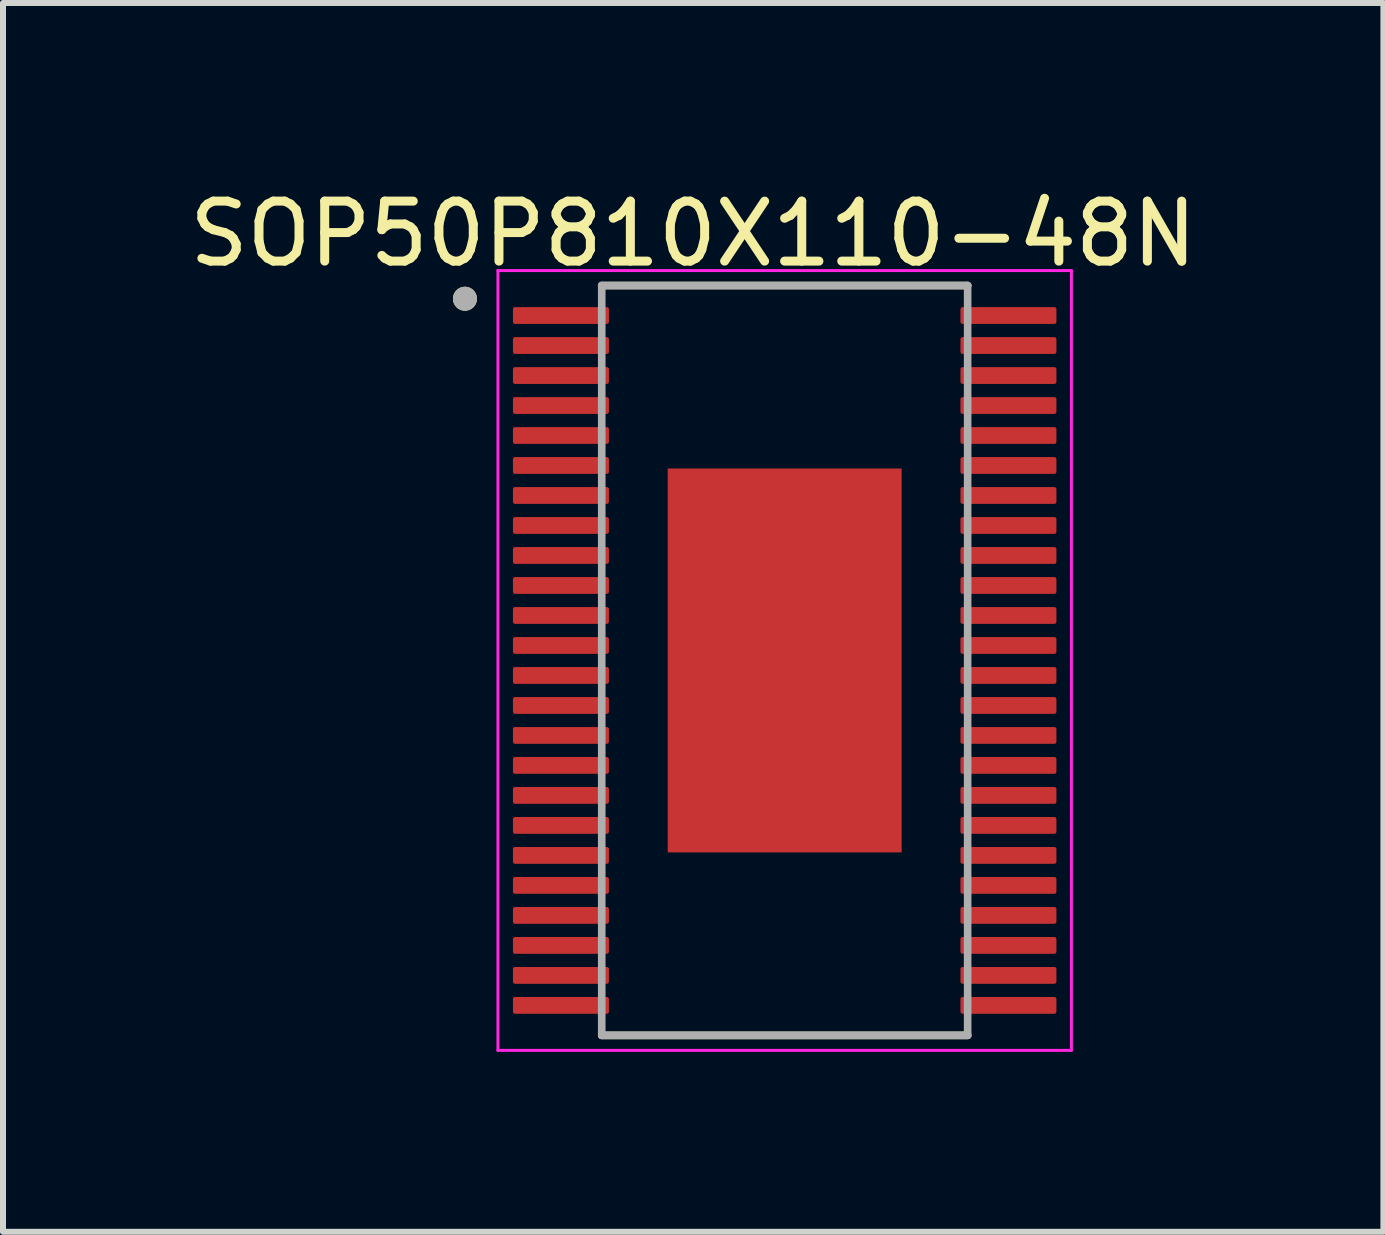
<source format=kicad_pcb>
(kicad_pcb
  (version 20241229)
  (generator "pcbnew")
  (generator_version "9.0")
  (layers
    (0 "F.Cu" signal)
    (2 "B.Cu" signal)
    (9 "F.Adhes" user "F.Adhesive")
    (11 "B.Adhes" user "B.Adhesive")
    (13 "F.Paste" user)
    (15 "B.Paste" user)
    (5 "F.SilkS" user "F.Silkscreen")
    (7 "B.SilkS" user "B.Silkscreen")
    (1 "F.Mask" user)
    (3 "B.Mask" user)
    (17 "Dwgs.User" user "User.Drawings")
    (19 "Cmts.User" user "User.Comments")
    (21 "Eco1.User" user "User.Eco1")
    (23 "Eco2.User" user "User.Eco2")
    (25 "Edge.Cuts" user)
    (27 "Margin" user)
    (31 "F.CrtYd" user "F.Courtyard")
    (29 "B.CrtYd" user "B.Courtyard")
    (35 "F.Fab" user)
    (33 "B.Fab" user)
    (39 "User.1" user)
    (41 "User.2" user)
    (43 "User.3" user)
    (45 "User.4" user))
  (footprint "SOP50P810X110-48N"
    (layer "F.Cu")
    (at 10.031 7.96)
    (property "Reference" "SOP50P810X110-48N" (at -1.525 -7.112 0) (layer "F.SilkS") (effects (font (size 1 1) (thickness 0.15))))
    (attr smd)
    (fp_line (start -3.05 -6.25) (end 3.05 -6.25) (stroke (width 0.127) (type solid)) (layer "F.SilkS"))
    (fp_line (start -3.05 6.25) (end 3.05 6.25) (stroke (width 0.127) (type solid)) (layer "F.SilkS"))
    (fp_circle (center -5.33 -6.03) (end -5.23 -6.03) (stroke (width 0.2) (type solid)) (fill no) (layer "F.SilkS"))
    (fp_poly (pts (xy -0.975 -1.6) (xy 0.975 -1.6) (xy 0.975 1.6) (xy -0.975 1.6)) (stroke (width 0.01) (type solid)) (fill yes) (layer "F.Paste"))
    (fp_line (start -4.78 -6.5) (end -4.78 6.5) (stroke (width 0.05) (type solid)) (layer "F.CrtYd"))
    (fp_line (start -4.78 -6.5) (end 4.78 -6.5) (stroke (width 0.05) (type solid)) (layer "F.CrtYd"))
    (fp_line (start -4.78 6.5) (end 4.78 6.5) (stroke (width 0.05) (type solid)) (layer "F.CrtYd"))
    (fp_line (start 4.78 -6.5) (end 4.78 6.5) (stroke (width 0.05) (type solid)) (layer "F.CrtYd"))
    (fp_line (start -3.05 -6.25) (end -3.05 6.25) (stroke (width 0.127) (type solid)) (layer "F.Fab"))
    (fp_line (start -3.05 -6.25) (end 3.05 -6.25) (stroke (width 0.127) (type solid)) (layer "F.Fab"))
    (fp_line (start -3.05 6.25) (end 3.05 6.25) (stroke (width 0.127) (type solid)) (layer "F.Fab"))
    (fp_line (start 3.05 -6.25) (end 3.05 6.25) (stroke (width 0.127) (type solid)) (layer "F.Fab"))
    (fp_circle (center -5.33 -6.03) (end -5.23 -6.03) (stroke (width 0.2) (type solid)) (fill no) (layer "F.Fab"))
    (pad "1" smd roundrect (at -3.73 -5.75) (size 1.6 0.28) (layers "F.Cu" "F.Mask" "F.Paste") (roundrect_rratio 0.125))
    (pad "2" smd roundrect (at -3.73 -5.25) (size 1.6 0.28) (layers "F.Cu" "F.Mask" "F.Paste") (roundrect_rratio 0.125))
    (pad "3" smd roundrect (at -3.73 -4.75) (size 1.6 0.28) (layers "F.Cu" "F.Mask" "F.Paste") (roundrect_rratio 0.125))
    (pad "4" smd roundrect (at -3.73 -4.25) (size 1.6 0.28) (layers "F.Cu" "F.Mask" "F.Paste") (roundrect_rratio 0.125))
    (pad "5" smd roundrect (at -3.73 -3.75) (size 1.6 0.28) (layers "F.Cu" "F.Mask" "F.Paste") (roundrect_rratio 0.125))
    (pad "6" smd roundrect (at -3.73 -3.25) (size 1.6 0.28) (layers "F.Cu" "F.Mask" "F.Paste") (roundrect_rratio 0.125))
    (pad "7" smd roundrect (at -3.73 -2.75) (size 1.6 0.28) (layers "F.Cu" "F.Mask" "F.Paste") (roundrect_rratio 0.125))
    (pad "8" smd roundrect (at -3.73 -2.25) (size 1.6 0.28) (layers "F.Cu" "F.Mask" "F.Paste") (roundrect_rratio 0.125))
    (pad "9" smd roundrect (at -3.73 -1.75) (size 1.6 0.28) (layers "F.Cu" "F.Mask" "F.Paste") (roundrect_rratio 0.125))
    (pad "10" smd roundrect (at -3.73 -1.25) (size 1.6 0.28) (layers "F.Cu" "F.Mask" "F.Paste") (roundrect_rratio 0.125))
    (pad "11" smd roundrect (at -3.73 -0.75) (size 1.6 0.28) (layers "F.Cu" "F.Mask" "F.Paste") (roundrect_rratio 0.125))
    (pad "12" smd roundrect (at -3.73 -0.25) (size 1.6 0.28) (layers "F.Cu" "F.Mask" "F.Paste") (roundrect_rratio 0.125))
    (pad "13" smd roundrect (at -3.73 0.25) (size 1.6 0.28) (layers "F.Cu" "F.Mask" "F.Paste") (roundrect_rratio 0.125))
    (pad "14" smd roundrect (at -3.73 0.75) (size 1.6 0.28) (layers "F.Cu" "F.Mask" "F.Paste") (roundrect_rratio 0.125))
    (pad "15" smd roundrect (at -3.73 1.25) (size 1.6 0.28) (layers "F.Cu" "F.Mask" "F.Paste") (roundrect_rratio 0.125))
    (pad "16" smd roundrect (at -3.73 1.75) (size 1.6 0.28) (layers "F.Cu" "F.Mask" "F.Paste") (roundrect_rratio 0.125))
    (pad "17" smd roundrect (at -3.73 2.25) (size 1.6 0.28) (layers "F.Cu" "F.Mask" "F.Paste") (roundrect_rratio 0.125))
    (pad "18" smd roundrect (at -3.73 2.75) (size 1.6 0.28) (layers "F.Cu" "F.Mask" "F.Paste") (roundrect_rratio 0.125))
    (pad "19" smd roundrect (at -3.73 3.25) (size 1.6 0.28) (layers "F.Cu" "F.Mask" "F.Paste") (roundrect_rratio 0.125))
    (pad "20" smd roundrect (at -3.73 3.75) (size 1.6 0.28) (layers "F.Cu" "F.Mask" "F.Paste") (roundrect_rratio 0.125))
    (pad "21" smd roundrect (at -3.73 4.25) (size 1.6 0.28) (layers "F.Cu" "F.Mask" "F.Paste") (roundrect_rratio 0.125))
    (pad "22" smd roundrect (at -3.73 4.75) (size 1.6 0.28) (layers "F.Cu" "F.Mask" "F.Paste") (roundrect_rratio 0.125))
    (pad "23" smd roundrect (at -3.73 5.25) (size 1.6 0.28) (layers "F.Cu" "F.Mask" "F.Paste") (roundrect_rratio 0.125))
    (pad "24" smd roundrect (at -3.73 5.75) (size 1.6 0.28) (layers "F.Cu" "F.Mask" "F.Paste") (roundrect_rratio 0.125))
    (pad "25" smd roundrect (at 3.73 5.75) (size 1.6 0.28) (layers "F.Cu" "F.Mask" "F.Paste") (roundrect_rratio 0.125))
    (pad "26" smd roundrect (at 3.73 5.25) (size 1.6 0.28) (layers "F.Cu" "F.Mask" "F.Paste") (roundrect_rratio 0.125))
    (pad "27" smd roundrect (at 3.73 4.75) (size 1.6 0.28) (layers "F.Cu" "F.Mask" "F.Paste") (roundrect_rratio 0.125))
    (pad "28" smd roundrect (at 3.73 4.25) (size 1.6 0.28) (layers "F.Cu" "F.Mask" "F.Paste") (roundrect_rratio 0.125))
    (pad "29" smd roundrect (at 3.73 3.75) (size 1.6 0.28) (layers "F.Cu" "F.Mask" "F.Paste") (roundrect_rratio 0.125))
    (pad "30" smd roundrect (at 3.73 3.25) (size 1.6 0.28) (layers "F.Cu" "F.Mask" "F.Paste") (roundrect_rratio 0.125))
    (pad "31" smd roundrect (at 3.73 2.75) (size 1.6 0.28) (layers "F.Cu" "F.Mask" "F.Paste") (roundrect_rratio 0.125))
    (pad "32" smd roundrect (at 3.73 2.25) (size 1.6 0.28) (layers "F.Cu" "F.Mask" "F.Paste") (roundrect_rratio 0.125))
    (pad "33" smd roundrect (at 3.73 1.75) (size 1.6 0.28) (layers "F.Cu" "F.Mask" "F.Paste") (roundrect_rratio 0.125))
    (pad "34" smd roundrect (at 3.73 1.25) (size 1.6 0.28) (layers "F.Cu" "F.Mask" "F.Paste") (roundrect_rratio 0.125))
    (pad "35" smd roundrect (at 3.73 0.75) (size 1.6 0.28) (layers "F.Cu" "F.Mask" "F.Paste") (roundrect_rratio 0.125))
    (pad "36" smd roundrect (at 3.73 0.25) (size 1.6 0.28) (layers "F.Cu" "F.Mask" "F.Paste") (roundrect_rratio 0.125))
    (pad "37" smd roundrect (at 3.73 -0.25) (size 1.6 0.28) (layers "F.Cu" "F.Mask" "F.Paste") (roundrect_rratio 0.125))
    (pad "38" smd roundrect (at 3.73 -0.75) (size 1.6 0.28) (layers "F.Cu" "F.Mask" "F.Paste") (roundrect_rratio 0.125))
    (pad "39" smd roundrect (at 3.73 -1.25) (size 1.6 0.28) (layers "F.Cu" "F.Mask" "F.Paste") (roundrect_rratio 0.125))
    (pad "40" smd roundrect (at 3.73 -1.75) (size 1.6 0.28) (layers "F.Cu" "F.Mask" "F.Paste") (roundrect_rratio 0.125))
    (pad "41" smd roundrect (at 3.73 -2.25) (size 1.6 0.28) (layers "F.Cu" "F.Mask" "F.Paste") (roundrect_rratio 0.125))
    (pad "42" smd roundrect (at 3.73 -2.75) (size 1.6 0.28) (layers "F.Cu" "F.Mask" "F.Paste") (roundrect_rratio 0.125))
    (pad "43" smd roundrect (at 3.73 -3.25) (size 1.6 0.28) (layers "F.Cu" "F.Mask" "F.Paste") (roundrect_rratio 0.125))
    (pad "44" smd roundrect (at 3.73 -3.75) (size 1.6 0.28) (layers "F.Cu" "F.Mask" "F.Paste") (roundrect_rratio 0.125))
    (pad "45" smd roundrect (at 3.73 -4.25) (size 1.6 0.28) (layers "F.Cu" "F.Mask" "F.Paste") (roundrect_rratio 0.125))
    (pad "46" smd roundrect (at 3.73 -4.75) (size 1.6 0.28) (layers "F.Cu" "F.Mask" "F.Paste") (roundrect_rratio 0.125))
    (pad "47" smd roundrect (at 3.73 -5.25) (size 1.6 0.28) (layers "F.Cu" "F.Mask" "F.Paste") (roundrect_rratio 0.125))
    (pad "48" smd roundrect (at 3.73 -5.75) (size 1.6 0.28) (layers "F.Cu" "F.Mask" "F.Paste") (roundrect_rratio 0.125))
    (pad "49" smd rect (at 0 0) (size 3.9 6.4) (layers "F.Cu" "F.Mask")))
  (gr_rect
    (start -3 -3)
    (end 20.012 17.485)
    (stroke (width 0.1) (type default))
    (fill no)
    (layer "Edge.Cuts")))
</source>
